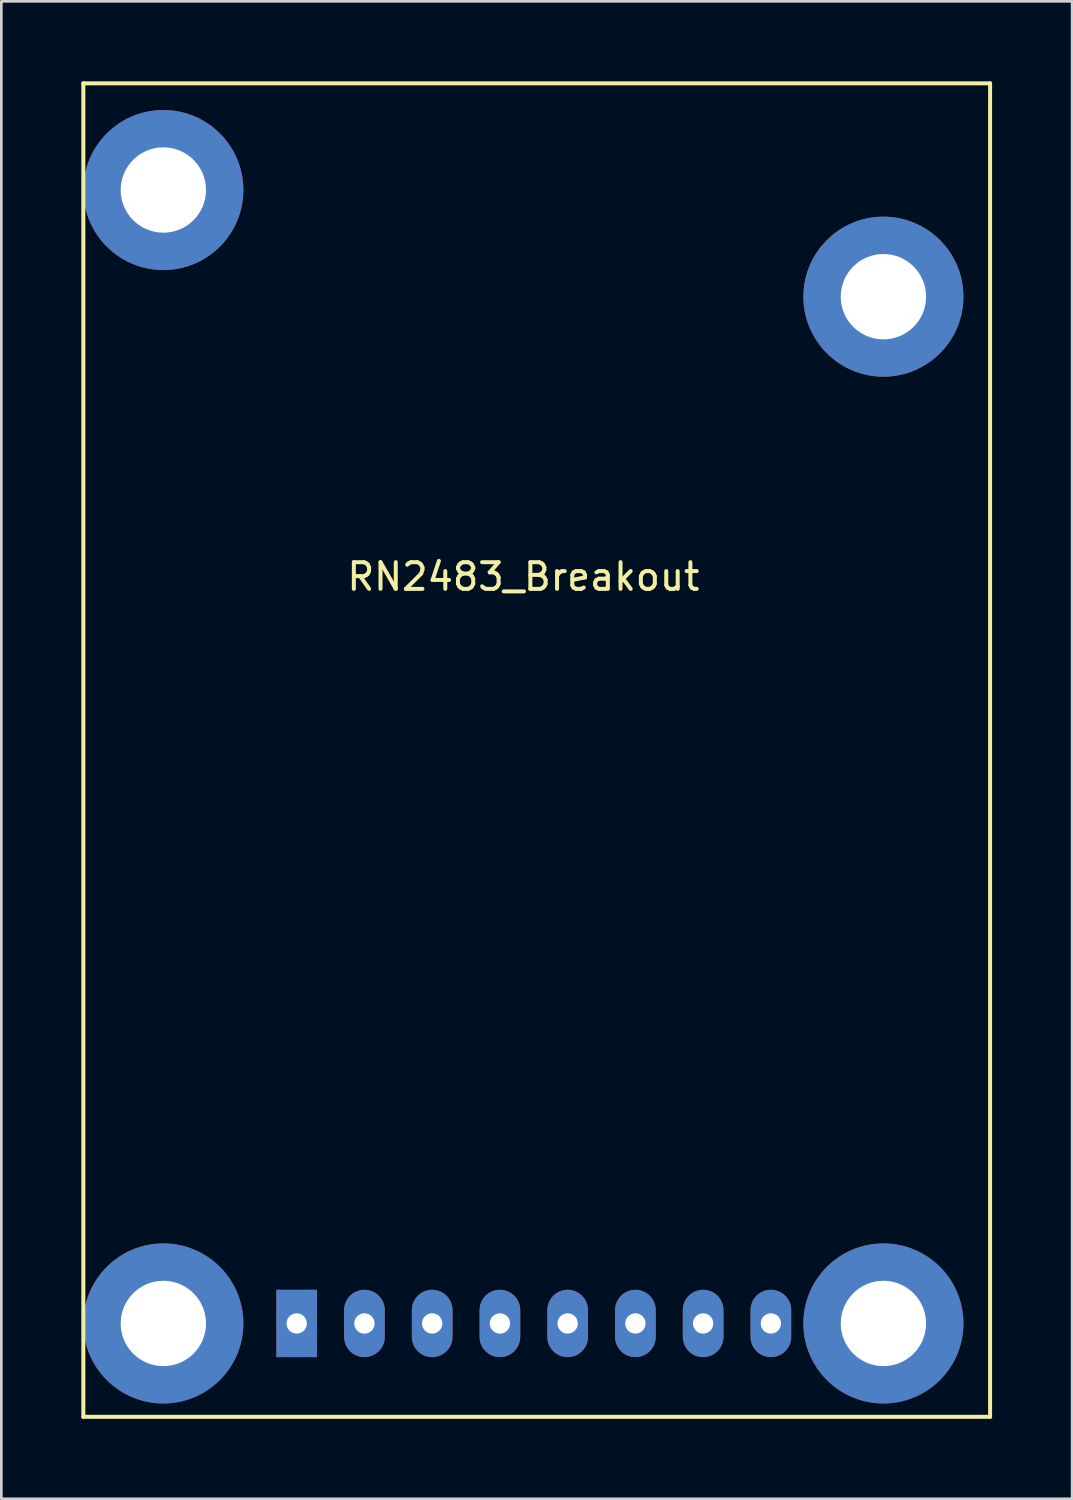
<source format=kicad_pcb>
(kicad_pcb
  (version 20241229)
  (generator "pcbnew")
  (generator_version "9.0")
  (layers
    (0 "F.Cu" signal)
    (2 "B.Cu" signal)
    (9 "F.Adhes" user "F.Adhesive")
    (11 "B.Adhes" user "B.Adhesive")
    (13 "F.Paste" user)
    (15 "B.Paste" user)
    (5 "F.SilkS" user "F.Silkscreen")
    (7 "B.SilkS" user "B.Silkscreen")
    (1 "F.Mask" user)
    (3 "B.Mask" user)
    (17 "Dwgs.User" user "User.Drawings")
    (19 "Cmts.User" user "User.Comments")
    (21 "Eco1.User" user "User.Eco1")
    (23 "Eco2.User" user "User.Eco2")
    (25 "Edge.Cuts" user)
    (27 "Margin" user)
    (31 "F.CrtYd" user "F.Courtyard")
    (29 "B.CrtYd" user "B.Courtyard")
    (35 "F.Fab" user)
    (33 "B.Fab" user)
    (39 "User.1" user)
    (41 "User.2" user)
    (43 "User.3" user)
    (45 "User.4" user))
  (footprint "RN2483_Breakout"
    (layer "F.Cu")
    (at 8.075 46.575)
    (property "Reference" "RN2483_Breakout" (at 8.5 -28 0) (layer "F.SilkS") (effects (font (size 1 1) (thickness 0.15))))
    (attr through_hole)
    (fp_line (start -8 -46.5) (end 26 -46.5) (stroke (width 0.15) (type solid)) (layer "F.SilkS"))
    (fp_line (start -8 3.5) (end -8 -46.5) (stroke (width 0.15) (type solid)) (layer "F.SilkS"))
    (fp_line (start 26 -46.5) (end 26 3.5) (stroke (width 0.15) (type solid)) (layer "F.SilkS"))
    (fp_line (start 26 3.5) (end -8 3.5) (stroke (width 0.15) (type solid)) (layer "F.SilkS"))
    (pad "" np_thru_hole circle (at -5 -42.5 90) (size 6 6) (drill 3.2) (layers "*.Cu" "*.Mask"))
    (pad "" np_thru_hole circle (at -5 0 90) (size 6 6) (drill 3.2) (layers "*.Cu" "*.Mask"))
    (pad "" np_thru_hole circle (at 22 -38.5 90) (size 6 6) (drill 3.2) (layers "*.Cu" "*.Mask"))
    (pad "" np_thru_hole circle (at 22 0 90) (size 6 6) (drill 3.2) (layers "*.Cu" "*.Mask"))
    (pad "1" thru_hole rect (at 0 0) (size 1.524 2.524) (drill 0.762) (layers "*.Cu" "*.Mask"))
    (pad "2" thru_hole oval (at 2.54 0) (size 1.524 2.524) (drill 0.762) (layers "*.Cu" "*.Mask"))
    (pad "3" thru_hole oval (at 5.08 0) (size 1.524 2.524) (drill 0.762) (layers "*.Cu" "*.Mask"))
    (pad "4" thru_hole oval (at 7.62 0) (size 1.524 2.524) (drill 0.762) (layers "*.Cu" "*.Mask"))
    (pad "5" thru_hole oval (at 10.16 0) (size 1.524 2.524) (drill 0.762) (layers "*.Cu" "*.Mask"))
    (pad "6" thru_hole oval (at 12.7 0) (size 1.524 2.524) (drill 0.762) (layers "*.Cu" "*.Mask"))
    (pad "7" thru_hole oval (at 15.24 0) (size 1.524 2.524) (drill 0.762) (layers "*.Cu" "*.Mask"))
    (pad "8" thru_hole oval (at 17.78 0) (size 1.524 2.524) (drill 0.762) (layers "*.Cu" "*.Mask")))
  (gr_rect
    (start -3 -3)
    (end 37.15 53.15)
    (stroke (width 0.1) (type default))
    (fill no)
    (layer "Edge.Cuts")))
</source>
